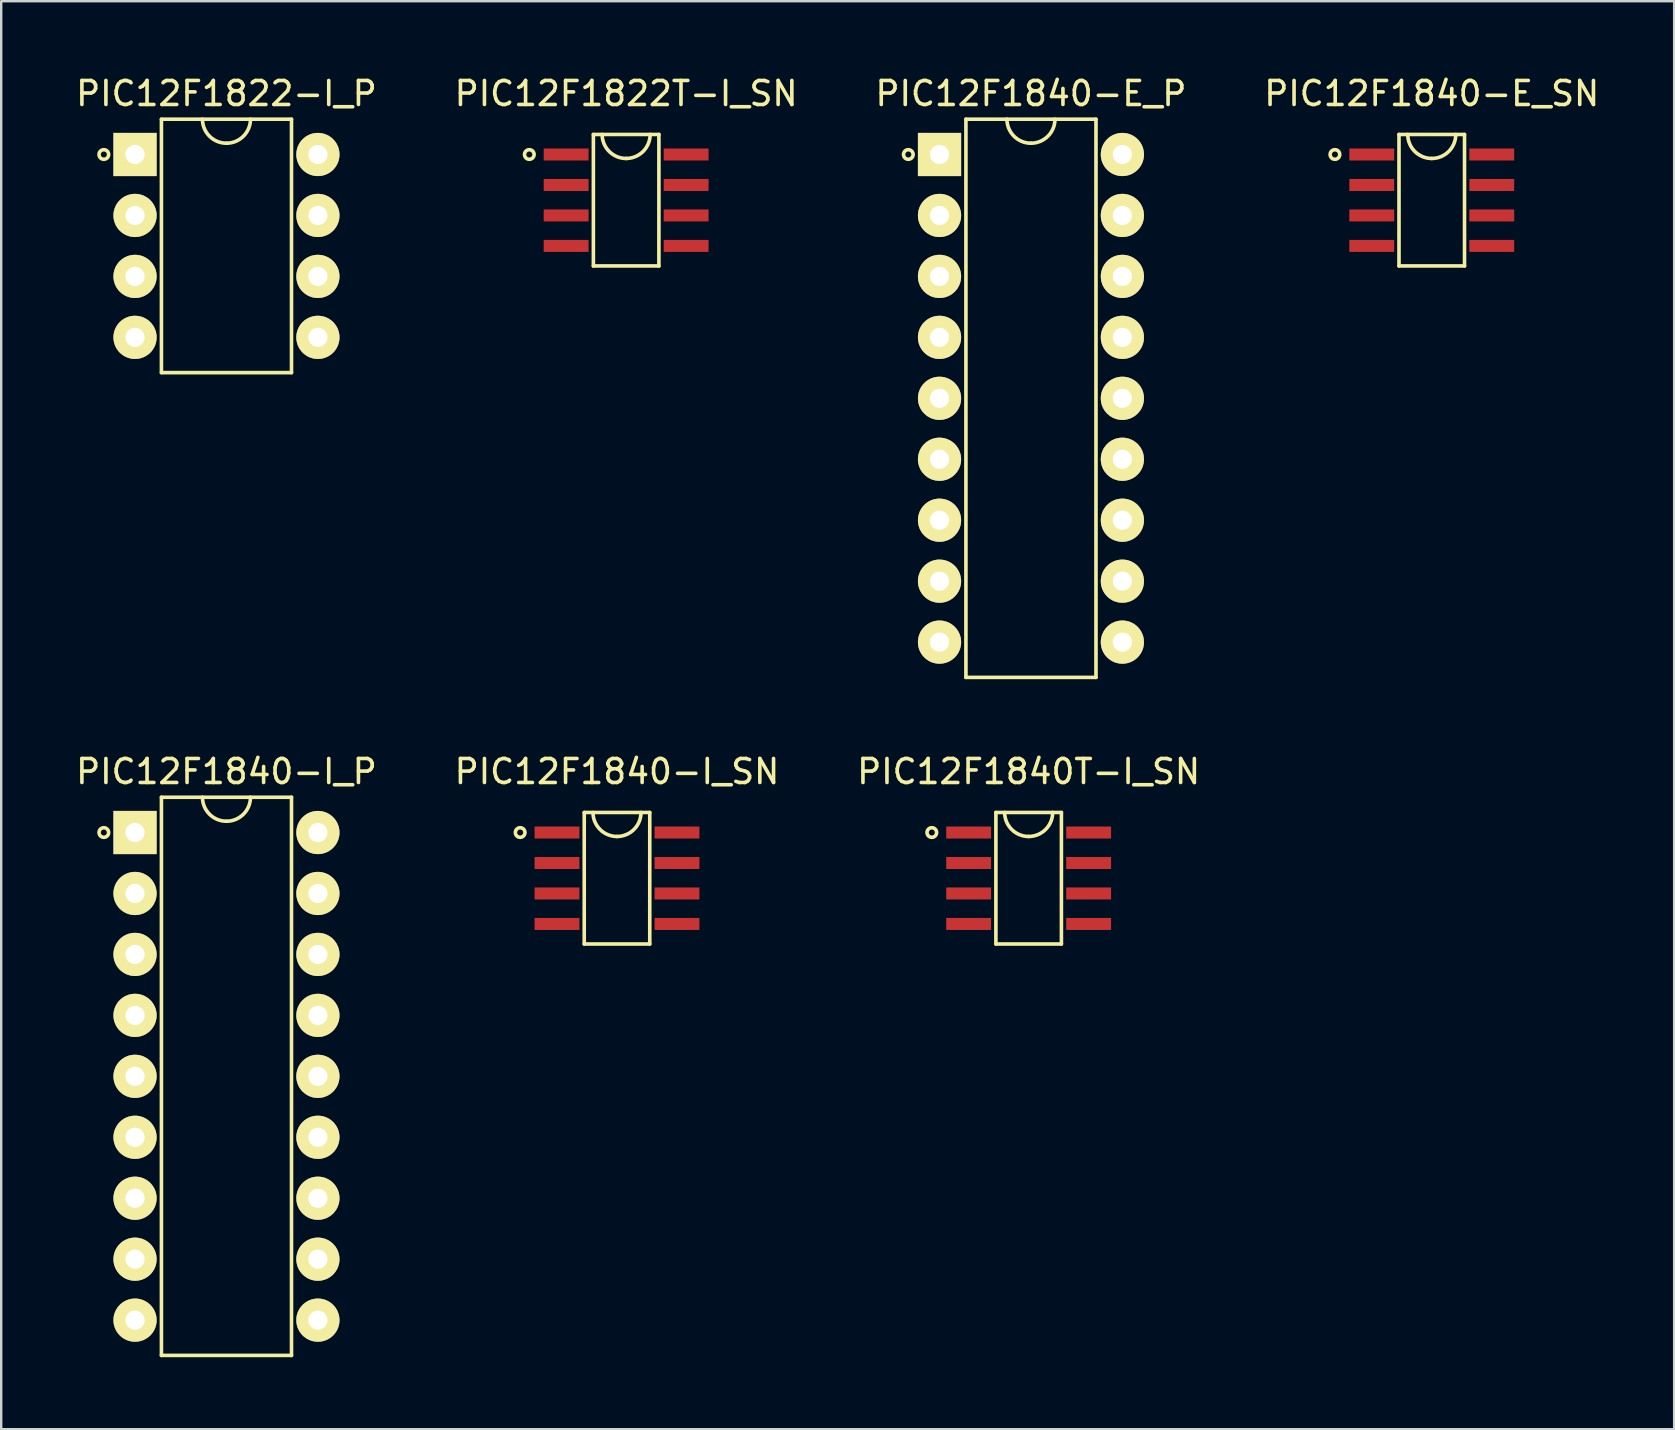
<source format=kicad_pcb>
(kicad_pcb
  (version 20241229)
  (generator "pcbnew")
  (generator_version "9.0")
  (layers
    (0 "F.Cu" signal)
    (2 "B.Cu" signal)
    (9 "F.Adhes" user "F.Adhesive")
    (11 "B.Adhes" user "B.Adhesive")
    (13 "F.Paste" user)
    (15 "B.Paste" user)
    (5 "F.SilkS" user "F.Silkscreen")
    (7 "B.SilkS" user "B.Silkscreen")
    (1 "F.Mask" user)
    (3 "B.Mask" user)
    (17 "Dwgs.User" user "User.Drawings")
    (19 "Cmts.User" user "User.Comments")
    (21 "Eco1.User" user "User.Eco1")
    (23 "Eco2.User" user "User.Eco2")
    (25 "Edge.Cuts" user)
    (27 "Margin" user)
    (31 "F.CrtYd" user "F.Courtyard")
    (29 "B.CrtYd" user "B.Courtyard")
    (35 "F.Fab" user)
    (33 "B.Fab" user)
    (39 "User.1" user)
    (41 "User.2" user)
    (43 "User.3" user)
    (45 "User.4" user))
  (footprint "PIC12F1840-I_P"
    (layer "F.Cu")
    (at 2.577 31.642)
    (property "Reference" "PIC12F1840-I_P" (at 3.81 -2.54 0) (layer "F.SilkS") (effects (font (size 1 1) (thickness 0.15))))
    (attr through_hole)
    (fp_line (start 1.1 -1.47) (end 6.52 -1.47) (stroke (width 0.15) (type solid)) (layer "F.SilkS"))
    (fp_line (start 1.1 21.79) (end 1.1 -1.47) (stroke (width 0.15) (type solid)) (layer "F.SilkS"))
    (fp_line (start 6.52 -1.47) (end 6.52 21.79) (stroke (width 0.15) (type solid)) (layer "F.SilkS"))
    (fp_line (start 6.52 21.79) (end 1.1 21.79) (stroke (width 0.15) (type solid)) (layer "F.SilkS"))
    (fp_arc (start 3.81 -0.47) (mid 3.102893 -0.762893) (end 2.81 -1.47) (stroke (width 0.15) (type solid)) (layer "F.SilkS"))
    (fp_arc (start 4.81 -1.47) (mid 4.517107 -0.762893) (end 3.81 -0.47) (stroke (width 0.15) (type solid)) (layer "F.SilkS"))
    (fp_circle (center -1.3 0) (end -1.3 0.2) (stroke (width 0.15) (type solid)) (fill no) (layer "F.SilkS"))
    (pad "1" thru_hole rect (at 0 0) (size 1.8 1.8) (drill 0.8) (layers "*.Cu" "*.Mask" "F.SilkS"))
    (pad "2" thru_hole circle (at 0 2.54) (size 1.8 1.8) (drill 0.8) (layers "*.Cu" "*.Mask" "F.SilkS"))
    (pad "3" thru_hole circle (at 0 5.08) (size 1.8 1.8) (drill 0.8) (layers "*.Cu" "*.Mask" "F.SilkS"))
    (pad "4" thru_hole circle (at 0 7.62) (size 1.8 1.8) (drill 0.8) (layers "*.Cu" "*.Mask" "F.SilkS"))
    (pad "5" thru_hole circle (at 0 10.16) (size 1.8 1.8) (drill 0.8) (layers "*.Cu" "*.Mask" "F.SilkS"))
    (pad "6" thru_hole circle (at 0 12.7) (size 1.8 1.8) (drill 0.8) (layers "*.Cu" "*.Mask" "F.SilkS"))
    (pad "7" thru_hole circle (at 0 15.24) (size 1.8 1.8) (drill 0.8) (layers "*.Cu" "*.Mask" "F.SilkS"))
    (pad "8" thru_hole circle (at 0 17.78) (size 1.8 1.8) (drill 0.8) (layers "*.Cu" "*.Mask" "F.SilkS"))
    (pad "9" thru_hole circle (at 0 20.32) (size 1.8 1.8) (drill 0.8) (layers "*.Cu" "*.Mask" "F.SilkS"))
    (pad "10" thru_hole circle (at 7.62 20.32) (size 1.8 1.8) (drill 0.8) (layers "*.Cu" "*.Mask" "F.SilkS"))
    (pad "11" thru_hole circle (at 7.62 17.78) (size 1.8 1.8) (drill 0.8) (layers "*.Cu" "*.Mask" "F.SilkS"))
    (pad "12" thru_hole circle (at 7.62 15.24) (size 1.8 1.8) (drill 0.8) (layers "*.Cu" "*.Mask" "F.SilkS"))
    (pad "13" thru_hole circle (at 7.62 12.7) (size 1.8 1.8) (drill 0.8) (layers "*.Cu" "*.Mask" "F.SilkS"))
    (pad "14" thru_hole circle (at 7.62 10.16) (size 1.8 1.8) (drill 0.8) (layers "*.Cu" "*.Mask" "F.SilkS"))
    (pad "15" thru_hole circle (at 7.62 7.62) (size 1.8 1.8) (drill 0.8) (layers "*.Cu" "*.Mask" "F.SilkS"))
    (pad "16" thru_hole circle (at 7.62 5.08) (size 1.8 1.8) (drill 0.8) (layers "*.Cu" "*.Mask" "F.SilkS"))
    (pad "17" thru_hole circle (at 7.62 2.54) (size 1.8 1.8) (drill 0.8) (layers "*.Cu" "*.Mask" "F.SilkS"))
    (pad "18" thru_hole circle (at 7.62 0) (size 1.8 1.8) (drill 0.8) (layers "*.Cu" "*.Mask" "F.SilkS")))
  (footprint "PIC12F1840-I_SN"
    (layer "F.Cu")
    (at 20.161 31.642)
    (property "Reference" "PIC12F1840-I_SN" (at 2.5 -2.54 0) (layer "F.SilkS") (effects (font (size 1 1) (thickness 0.15))))
    (attr through_hole)
    (fp_line (start 1.135 -0.835) (end 3.865 -0.835) (stroke (width 0.15) (type solid)) (layer "F.SilkS"))
    (fp_line (start 1.135 4.645) (end 1.135 -0.835) (stroke (width 0.15) (type solid)) (layer "F.SilkS"))
    (fp_line (start 3.865 -0.835) (end 3.865 4.645) (stroke (width 0.15) (type solid)) (layer "F.SilkS"))
    (fp_line (start 3.865 4.645) (end 1.135 4.645) (stroke (width 0.15) (type solid)) (layer "F.SilkS"))
    (fp_arc (start 2.5 0.165) (mid 1.792893 -0.127893) (end 1.5 -0.835) (stroke (width 0.15) (type solid)) (layer "F.SilkS"))
    (fp_arc (start 3.5 -0.835) (mid 3.207107 -0.127893) (end 2.5 0.165) (stroke (width 0.15) (type solid)) (layer "F.SilkS"))
    (fp_circle (center -1.535 0) (end -1.535 0.2) (stroke (width 0.15) (type solid)) (fill no) (layer "F.SilkS"))
    (pad "1" smd rect (at 0 0) (size 1.87 0.5) (layers "F.Cu" "F.Mask" "F.Paste"))
    (pad "2" smd rect (at 0 1.27) (size 1.87 0.5) (layers "F.Cu" "F.Mask" "F.Paste"))
    (pad "3" smd rect (at 0 2.54) (size 1.87 0.5) (layers "F.Cu" "F.Mask" "F.Paste"))
    (pad "4" smd rect (at 0 3.81) (size 1.87 0.5) (layers "F.Cu" "F.Mask" "F.Paste"))
    (pad "5" smd rect (at 5 3.81) (size 1.87 0.5) (layers "F.Cu" "F.Mask" "F.Paste"))
    (pad "6" smd rect (at 5 2.54) (size 1.87 0.5) (layers "F.Cu" "F.Mask" "F.Paste"))
    (pad "7" smd rect (at 5 1.27) (size 1.87 0.5) (layers "F.Cu" "F.Mask" "F.Paste"))
    (pad "8" smd rect (at 5 0) (size 1.87 0.5) (layers "F.Cu" "F.Mask" "F.Paste")))
  (footprint "PIC12F1840-E_P"
    (layer "F.Cu")
    (at 36.101 3.388)
    (property "Reference" "PIC12F1840-E_P" (at 3.81 -2.54 0) (layer "F.SilkS") (effects (font (size 1 1) (thickness 0.15))))
    (attr through_hole)
    (fp_line (start 1.1 -1.47) (end 6.52 -1.47) (stroke (width 0.15) (type solid)) (layer "F.SilkS"))
    (fp_line (start 1.1 21.79) (end 1.1 -1.47) (stroke (width 0.15) (type solid)) (layer "F.SilkS"))
    (fp_line (start 6.52 -1.47) (end 6.52 21.79) (stroke (width 0.15) (type solid)) (layer "F.SilkS"))
    (fp_line (start 6.52 21.79) (end 1.1 21.79) (stroke (width 0.15) (type solid)) (layer "F.SilkS"))
    (fp_arc (start 3.81 -0.47) (mid 3.102893 -0.762893) (end 2.81 -1.47) (stroke (width 0.15) (type solid)) (layer "F.SilkS"))
    (fp_arc (start 4.81 -1.47) (mid 4.517107 -0.762893) (end 3.81 -0.47) (stroke (width 0.15) (type solid)) (layer "F.SilkS"))
    (fp_circle (center -1.3 0) (end -1.3 0.2) (stroke (width 0.15) (type solid)) (fill no) (layer "F.SilkS"))
    (pad "1" thru_hole rect (at 0 0) (size 1.8 1.8) (drill 0.8) (layers "*.Cu" "*.Mask" "F.SilkS"))
    (pad "2" thru_hole circle (at 0 2.54) (size 1.8 1.8) (drill 0.8) (layers "*.Cu" "*.Mask" "F.SilkS"))
    (pad "3" thru_hole circle (at 0 5.08) (size 1.8 1.8) (drill 0.8) (layers "*.Cu" "*.Mask" "F.SilkS"))
    (pad "4" thru_hole circle (at 0 7.62) (size 1.8 1.8) (drill 0.8) (layers "*.Cu" "*.Mask" "F.SilkS"))
    (pad "5" thru_hole circle (at 0 10.16) (size 1.8 1.8) (drill 0.8) (layers "*.Cu" "*.Mask" "F.SilkS"))
    (pad "6" thru_hole circle (at 0 12.7) (size 1.8 1.8) (drill 0.8) (layers "*.Cu" "*.Mask" "F.SilkS"))
    (pad "7" thru_hole circle (at 0 15.24) (size 1.8 1.8) (drill 0.8) (layers "*.Cu" "*.Mask" "F.SilkS"))
    (pad "8" thru_hole circle (at 0 17.78) (size 1.8 1.8) (drill 0.8) (layers "*.Cu" "*.Mask" "F.SilkS"))
    (pad "9" thru_hole circle (at 0 20.32) (size 1.8 1.8) (drill 0.8) (layers "*.Cu" "*.Mask" "F.SilkS"))
    (pad "10" thru_hole circle (at 7.62 20.32) (size 1.8 1.8) (drill 0.8) (layers "*.Cu" "*.Mask" "F.SilkS"))
    (pad "11" thru_hole circle (at 7.62 17.78) (size 1.8 1.8) (drill 0.8) (layers "*.Cu" "*.Mask" "F.SilkS"))
    (pad "12" thru_hole circle (at 7.62 15.24) (size 1.8 1.8) (drill 0.8) (layers "*.Cu" "*.Mask" "F.SilkS"))
    (pad "13" thru_hole circle (at 7.62 12.7) (size 1.8 1.8) (drill 0.8) (layers "*.Cu" "*.Mask" "F.SilkS"))
    (pad "14" thru_hole circle (at 7.62 10.16) (size 1.8 1.8) (drill 0.8) (layers "*.Cu" "*.Mask" "F.SilkS"))
    (pad "15" thru_hole circle (at 7.62 7.62) (size 1.8 1.8) (drill 0.8) (layers "*.Cu" "*.Mask" "F.SilkS"))
    (pad "16" thru_hole circle (at 7.62 5.08) (size 1.8 1.8) (drill 0.8) (layers "*.Cu" "*.Mask" "F.SilkS"))
    (pad "17" thru_hole circle (at 7.62 2.54) (size 1.8 1.8) (drill 0.8) (layers "*.Cu" "*.Mask" "F.SilkS"))
    (pad "18" thru_hole circle (at 7.62 0) (size 1.8 1.8) (drill 0.8) (layers "*.Cu" "*.Mask" "F.SilkS")))
  (footprint "PIC12F1822T-I_SN"
    (layer "F.Cu")
    (at 20.542 3.388)
    (property "Reference" "PIC12F1822T-I_SN" (at 2.5 -2.54 0) (layer "F.SilkS") (effects (font (size 1 1) (thickness 0.15))))
    (attr through_hole)
    (fp_line (start 1.135 -0.835) (end 3.865 -0.835) (stroke (width 0.15) (type solid)) (layer "F.SilkS"))
    (fp_line (start 1.135 4.645) (end 1.135 -0.835) (stroke (width 0.15) (type solid)) (layer "F.SilkS"))
    (fp_line (start 3.865 -0.835) (end 3.865 4.645) (stroke (width 0.15) (type solid)) (layer "F.SilkS"))
    (fp_line (start 3.865 4.645) (end 1.135 4.645) (stroke (width 0.15) (type solid)) (layer "F.SilkS"))
    (fp_arc (start 2.5 0.165) (mid 1.792893 -0.127893) (end 1.5 -0.835) (stroke (width 0.15) (type solid)) (layer "F.SilkS"))
    (fp_arc (start 3.5 -0.835) (mid 3.207107 -0.127893) (end 2.5 0.165) (stroke (width 0.15) (type solid)) (layer "F.SilkS"))
    (fp_circle (center -1.535 0) (end -1.535 0.2) (stroke (width 0.15) (type solid)) (fill no) (layer "F.SilkS"))
    (pad "1" smd rect (at 0 0) (size 1.87 0.5) (layers "F.Cu" "F.Mask" "F.Paste"))
    (pad "2" smd rect (at 0 1.27) (size 1.87 0.5) (layers "F.Cu" "F.Mask" "F.Paste"))
    (pad "3" smd rect (at 0 2.54) (size 1.87 0.5) (layers "F.Cu" "F.Mask" "F.Paste"))
    (pad "4" smd rect (at 0 3.81) (size 1.87 0.5) (layers "F.Cu" "F.Mask" "F.Paste"))
    (pad "5" smd rect (at 5 3.81) (size 1.87 0.5) (layers "F.Cu" "F.Mask" "F.Paste"))
    (pad "6" smd rect (at 5 2.54) (size 1.87 0.5) (layers "F.Cu" "F.Mask" "F.Paste"))
    (pad "7" smd rect (at 5 1.27) (size 1.87 0.5) (layers "F.Cu" "F.Mask" "F.Paste"))
    (pad "8" smd rect (at 5 0) (size 1.87 0.5) (layers "F.Cu" "F.Mask" "F.Paste")))
  (footprint "PIC12F1840T-I_SN"
    (layer "F.Cu")
    (at 37.315 31.642)
    (property "Reference" "PIC12F1840T-I_SN" (at 2.5 -2.54 0) (layer "F.SilkS") (effects (font (size 1 1) (thickness 0.15))))
    (attr through_hole)
    (fp_line (start 1.135 -0.835) (end 3.865 -0.835) (stroke (width 0.15) (type solid)) (layer "F.SilkS"))
    (fp_line (start 1.135 4.645) (end 1.135 -0.835) (stroke (width 0.15) (type solid)) (layer "F.SilkS"))
    (fp_line (start 3.865 -0.835) (end 3.865 4.645) (stroke (width 0.15) (type solid)) (layer "F.SilkS"))
    (fp_line (start 3.865 4.645) (end 1.135 4.645) (stroke (width 0.15) (type solid)) (layer "F.SilkS"))
    (fp_arc (start 2.5 0.165) (mid 1.792893 -0.127893) (end 1.5 -0.835) (stroke (width 0.15) (type solid)) (layer "F.SilkS"))
    (fp_arc (start 3.5 -0.835) (mid 3.207107 -0.127893) (end 2.5 0.165) (stroke (width 0.15) (type solid)) (layer "F.SilkS"))
    (fp_circle (center -1.535 0) (end -1.535 0.2) (stroke (width 0.15) (type solid)) (fill no) (layer "F.SilkS"))
    (pad "1" smd rect (at 0 0) (size 1.87 0.5) (layers "F.Cu" "F.Mask" "F.Paste"))
    (pad "2" smd rect (at 0 1.27) (size 1.87 0.5) (layers "F.Cu" "F.Mask" "F.Paste"))
    (pad "3" smd rect (at 0 2.54) (size 1.87 0.5) (layers "F.Cu" "F.Mask" "F.Paste"))
    (pad "4" smd rect (at 0 3.81) (size 1.87 0.5) (layers "F.Cu" "F.Mask" "F.Paste"))
    (pad "5" smd rect (at 5 3.81) (size 1.87 0.5) (layers "F.Cu" "F.Mask" "F.Paste"))
    (pad "6" smd rect (at 5 2.54) (size 1.87 0.5) (layers "F.Cu" "F.Mask" "F.Paste"))
    (pad "7" smd rect (at 5 1.27) (size 1.87 0.5) (layers "F.Cu" "F.Mask" "F.Paste"))
    (pad "8" smd rect (at 5 0) (size 1.87 0.5) (layers "F.Cu" "F.Mask" "F.Paste")))
  (footprint "PIC12F1840-E_SN"
    (layer "F.Cu")
    (at 54.113 3.388)
    (property "Reference" "PIC12F1840-E_SN" (at 2.5 -2.54 0) (layer "F.SilkS") (effects (font (size 1 1) (thickness 0.15))))
    (attr through_hole)
    (fp_line (start 1.135 -0.835) (end 3.865 -0.835) (stroke (width 0.15) (type solid)) (layer "F.SilkS"))
    (fp_line (start 1.135 4.645) (end 1.135 -0.835) (stroke (width 0.15) (type solid)) (layer "F.SilkS"))
    (fp_line (start 3.865 -0.835) (end 3.865 4.645) (stroke (width 0.15) (type solid)) (layer "F.SilkS"))
    (fp_line (start 3.865 4.645) (end 1.135 4.645) (stroke (width 0.15) (type solid)) (layer "F.SilkS"))
    (fp_arc (start 2.5 0.165) (mid 1.792893 -0.127893) (end 1.5 -0.835) (stroke (width 0.15) (type solid)) (layer "F.SilkS"))
    (fp_arc (start 3.5 -0.835) (mid 3.207107 -0.127893) (end 2.5 0.165) (stroke (width 0.15) (type solid)) (layer "F.SilkS"))
    (fp_circle (center -1.535 0) (end -1.535 0.2) (stroke (width 0.15) (type solid)) (fill no) (layer "F.SilkS"))
    (pad "1" smd rect (at 0 0) (size 1.87 0.5) (layers "F.Cu" "F.Mask" "F.Paste"))
    (pad "2" smd rect (at 0 1.27) (size 1.87 0.5) (layers "F.Cu" "F.Mask" "F.Paste"))
    (pad "3" smd rect (at 0 2.54) (size 1.87 0.5) (layers "F.Cu" "F.Mask" "F.Paste"))
    (pad "4" smd rect (at 0 3.81) (size 1.87 0.5) (layers "F.Cu" "F.Mask" "F.Paste"))
    (pad "5" smd rect (at 5 3.81) (size 1.87 0.5) (layers "F.Cu" "F.Mask" "F.Paste"))
    (pad "6" smd rect (at 5 2.54) (size 1.87 0.5) (layers "F.Cu" "F.Mask" "F.Paste"))
    (pad "7" smd rect (at 5 1.27) (size 1.87 0.5) (layers "F.Cu" "F.Mask" "F.Paste"))
    (pad "8" smd rect (at 5 0) (size 1.87 0.5) (layers "F.Cu" "F.Mask" "F.Paste")))
  (footprint "PIC12F1822-I_P"
    (layer "F.Cu")
    (at 2.577 3.388)
    (property "Reference" "PIC12F1822-I_P" (at 3.81 -2.54 0) (layer "F.SilkS") (effects (font (size 1 1) (thickness 0.15))))
    (attr through_hole)
    (fp_line (start 1.1 -1.47) (end 6.52 -1.47) (stroke (width 0.15) (type solid)) (layer "F.SilkS"))
    (fp_line (start 1.1 9.09) (end 1.1 -1.47) (stroke (width 0.15) (type solid)) (layer "F.SilkS"))
    (fp_line (start 6.52 -1.47) (end 6.52 9.09) (stroke (width 0.15) (type solid)) (layer "F.SilkS"))
    (fp_line (start 6.52 9.09) (end 1.1 9.09) (stroke (width 0.15) (type solid)) (layer "F.SilkS"))
    (fp_arc (start 3.81 -0.47) (mid 3.102893 -0.762893) (end 2.81 -1.47) (stroke (width 0.15) (type solid)) (layer "F.SilkS"))
    (fp_arc (start 4.81 -1.47) (mid 4.517107 -0.762893) (end 3.81 -0.47) (stroke (width 0.15) (type solid)) (layer "F.SilkS"))
    (fp_circle (center -1.3 0) (end -1.3 0.2) (stroke (width 0.15) (type solid)) (fill no) (layer "F.SilkS"))
    (pad "1" thru_hole rect (at 0 0) (size 1.8 1.8) (drill 0.8) (layers "*.Cu" "*.Mask" "F.SilkS"))
    (pad "2" thru_hole circle (at 0 2.54) (size 1.8 1.8) (drill 0.8) (layers "*.Cu" "*.Mask" "F.SilkS"))
    (pad "3" thru_hole circle (at 0 5.08) (size 1.8 1.8) (drill 0.8) (layers "*.Cu" "*.Mask" "F.SilkS"))
    (pad "4" thru_hole circle (at 0 7.62) (size 1.8 1.8) (drill 0.8) (layers "*.Cu" "*.Mask" "F.SilkS"))
    (pad "5" thru_hole circle (at 7.62 7.62) (size 1.8 1.8) (drill 0.8) (layers "*.Cu" "*.Mask" "F.SilkS"))
    (pad "6" thru_hole circle (at 7.62 5.08) (size 1.8 1.8) (drill 0.8) (layers "*.Cu" "*.Mask" "F.SilkS"))
    (pad "7" thru_hole circle (at 7.62 2.54) (size 1.8 1.8) (drill 0.8) (layers "*.Cu" "*.Mask" "F.SilkS"))
    (pad "8" thru_hole circle (at 7.62 0) (size 1.8 1.8) (drill 0.8) (layers "*.Cu" "*.Mask" "F.SilkS")))
  (gr_rect
    (start -3 -3)
    (end 66.714 56.507)
    (stroke (width 0.1) (type default))
    (fill no)
    (layer "Edge.Cuts")))
</source>
